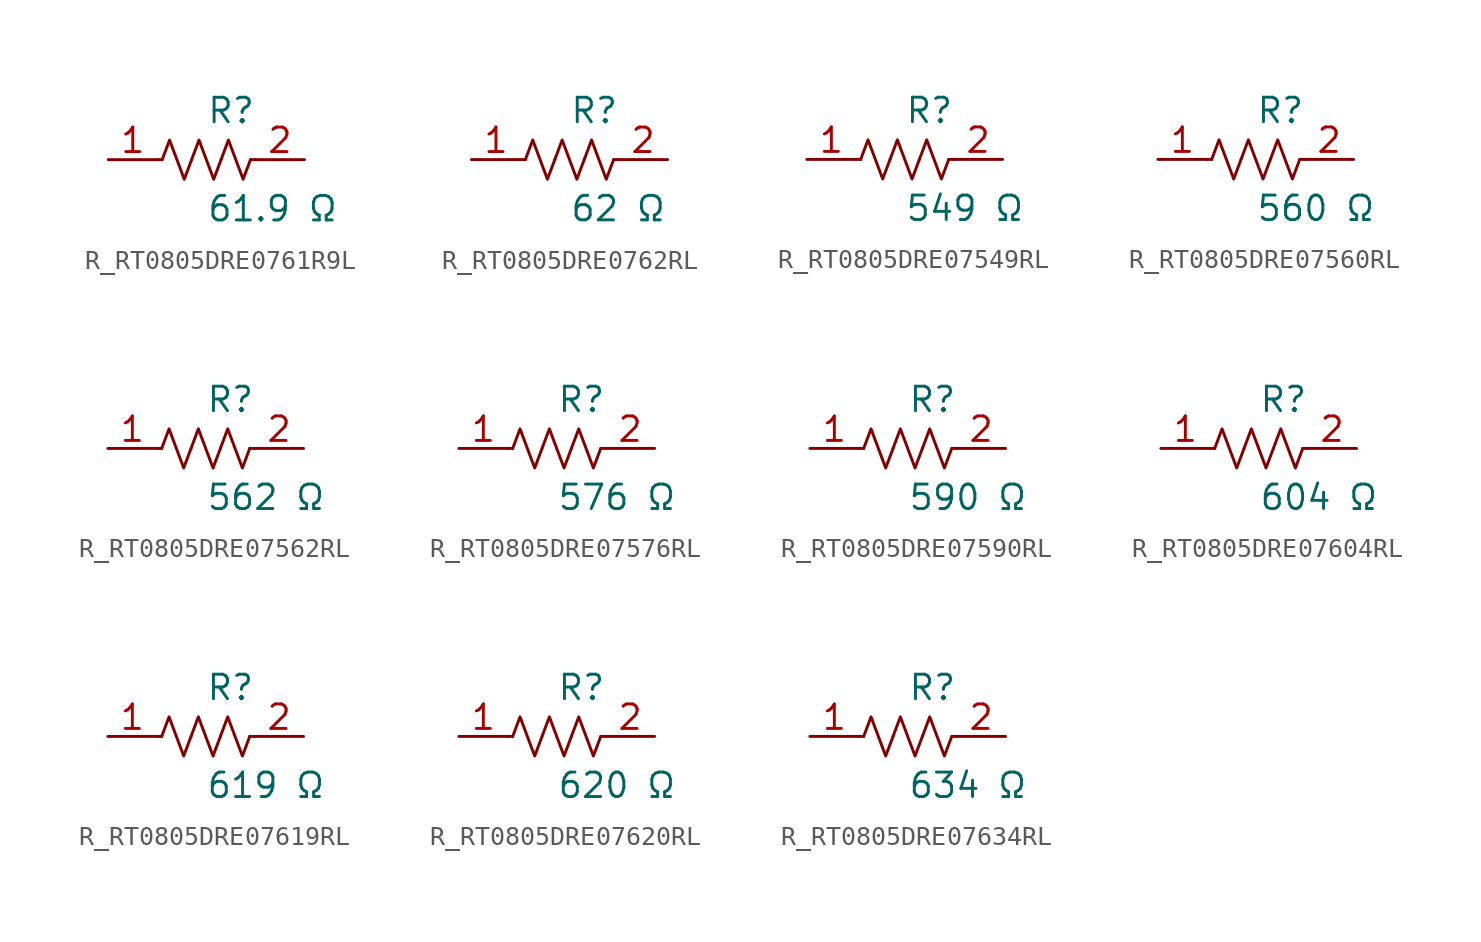
<source format=kicad_sym>
(kicad_symbol_lib
  (version 20231120)
  (generator kicad_symbol_editor)
  (generator_version 8.0)
  (symbol "R_RT0805DRE0761R9L"
    (pin_names
      (offset 0.254))
    (property "Reference" "R"
      (at 0.0 2.54 0)
      (effects (font (size 1.27 1.27)) (justify left)))
    (property "Value" "61.9 Ω"
      (at 0.0 -2.54 0)
      (effects (font (size 1.27 1.27)) (justify left)))
    (symbol "R_RT0805DRE0761R9L_0_1"
      (polyline (pts (xy 2.286 0) (xy 2.54 0)) (stroke (width 0) (type default)) (fill (type none)))
      (polyline (pts (xy -2.286 0) (xy -2.54 0)) (stroke (width 0) (type default)) (fill (type none)))
      (polyline (pts (xy 0.762 0) (xy 1.143 1.016) (xy 1.524 0) (xy 1.905 -1.016) (xy 2.286 0)) (stroke (width 0) (type default)) (fill (type none)))
      (polyline (pts (xy -0.762 0) (xy -0.381 1.016) (xy 0 0) (xy 0.381 -1.016) (xy 0.762 0)) (stroke (width 0) (type default)) (fill (type none)))
      (polyline (pts (xy -2.286 0) (xy -1.905 1.016) (xy -1.524 0) (xy -1.143 -1.016) (xy -0.762 0)) (stroke (width 0) (type default)) (fill (type none))))
    (pin unspecified line
      (at -5.08 0 0)
      (length 2.54)
      (name "" (effects (font (size 1.27 1.27))))
      (number "1" (effects (font (size 1.27 1.27)))))
    (pin unspecified line
      (at 5.08 0 180)
      (length 2.54)
      (name "" (effects (font (size 1.27 1.27))))
      (number "2" (effects (font (size 1.27 1.27))))))
  (symbol "R_RT0805DRE0762RL"
    (pin_names
      (offset 0.254))
    (property "Reference" "R"
      (at 0.0 2.54 0)
      (effects (font (size 1.27 1.27)) (justify left)))
    (property "Value" "62 Ω"
      (at 0.0 -2.54 0)
      (effects (font (size 1.27 1.27)) (justify left)))
    (symbol "R_RT0805DRE0762RL_0_1"
      (polyline (pts (xy 2.286 0) (xy 2.54 0)) (stroke (width 0) (type default)) (fill (type none)))
      (polyline (pts (xy -2.286 0) (xy -2.54 0)) (stroke (width 0) (type default)) (fill (type none)))
      (polyline (pts (xy 0.762 0) (xy 1.143 1.016) (xy 1.524 0) (xy 1.905 -1.016) (xy 2.286 0)) (stroke (width 0) (type default)) (fill (type none)))
      (polyline (pts (xy -0.762 0) (xy -0.381 1.016) (xy 0 0) (xy 0.381 -1.016) (xy 0.762 0)) (stroke (width 0) (type default)) (fill (type none)))
      (polyline (pts (xy -2.286 0) (xy -1.905 1.016) (xy -1.524 0) (xy -1.143 -1.016) (xy -0.762 0)) (stroke (width 0) (type default)) (fill (type none))))
    (pin unspecified line
      (at -5.08 0 0)
      (length 2.54)
      (name "" (effects (font (size 1.27 1.27))))
      (number "1" (effects (font (size 1.27 1.27)))))
    (pin unspecified line
      (at 5.08 0 180)
      (length 2.54)
      (name "" (effects (font (size 1.27 1.27))))
      (number "2" (effects (font (size 1.27 1.27))))))
  (symbol "R_RT0805DRE07549RL"
    (pin_names
      (offset 0.254))
    (property "Reference" "R"
      (at 0.0 2.54 0)
      (effects (font (size 1.27 1.27)) (justify left)))
    (property "Value" "549 Ω"
      (at 0.0 -2.54 0)
      (effects (font (size 1.27 1.27)) (justify left)))
    (symbol "R_RT0805DRE07549RL_0_1"
      (polyline (pts (xy 2.286 0) (xy 2.54 0)) (stroke (width 0) (type default)) (fill (type none)))
      (polyline (pts (xy -2.286 0) (xy -2.54 0)) (stroke (width 0) (type default)) (fill (type none)))
      (polyline (pts (xy 0.762 0) (xy 1.143 1.016) (xy 1.524 0) (xy 1.905 -1.016) (xy 2.286 0)) (stroke (width 0) (type default)) (fill (type none)))
      (polyline (pts (xy -0.762 0) (xy -0.381 1.016) (xy 0 0) (xy 0.381 -1.016) (xy 0.762 0)) (stroke (width 0) (type default)) (fill (type none)))
      (polyline (pts (xy -2.286 0) (xy -1.905 1.016) (xy -1.524 0) (xy -1.143 -1.016) (xy -0.762 0)) (stroke (width 0) (type default)) (fill (type none))))
    (pin unspecified line
      (at -5.08 0 0)
      (length 2.54)
      (name "" (effects (font (size 1.27 1.27))))
      (number "1" (effects (font (size 1.27 1.27)))))
    (pin unspecified line
      (at 5.08 0 180)
      (length 2.54)
      (name "" (effects (font (size 1.27 1.27))))
      (number "2" (effects (font (size 1.27 1.27))))))
  (symbol "R_RT0805DRE07560RL"
    (pin_names
      (offset 0.254))
    (property "Reference" "R"
      (at 0.0 2.54 0)
      (effects (font (size 1.27 1.27)) (justify left)))
    (property "Value" "560 Ω"
      (at 0.0 -2.54 0)
      (effects (font (size 1.27 1.27)) (justify left)))
    (symbol "R_RT0805DRE07560RL_0_1"
      (polyline (pts (xy 2.286 0) (xy 2.54 0)) (stroke (width 0) (type default)) (fill (type none)))
      (polyline (pts (xy -2.286 0) (xy -2.54 0)) (stroke (width 0) (type default)) (fill (type none)))
      (polyline (pts (xy 0.762 0) (xy 1.143 1.016) (xy 1.524 0) (xy 1.905 -1.016) (xy 2.286 0)) (stroke (width 0) (type default)) (fill (type none)))
      (polyline (pts (xy -0.762 0) (xy -0.381 1.016) (xy 0 0) (xy 0.381 -1.016) (xy 0.762 0)) (stroke (width 0) (type default)) (fill (type none)))
      (polyline (pts (xy -2.286 0) (xy -1.905 1.016) (xy -1.524 0) (xy -1.143 -1.016) (xy -0.762 0)) (stroke (width 0) (type default)) (fill (type none))))
    (pin unspecified line
      (at -5.08 0 0)
      (length 2.54)
      (name "" (effects (font (size 1.27 1.27))))
      (number "1" (effects (font (size 1.27 1.27)))))
    (pin unspecified line
      (at 5.08 0 180)
      (length 2.54)
      (name "" (effects (font (size 1.27 1.27))))
      (number "2" (effects (font (size 1.27 1.27))))))
  (symbol "R_RT0805DRE07562RL"
    (pin_names
      (offset 0.254))
    (property "Reference" "R"
      (at 0.0 2.54 0)
      (effects (font (size 1.27 1.27)) (justify left)))
    (property "Value" "562 Ω"
      (at 0.0 -2.54 0)
      (effects (font (size 1.27 1.27)) (justify left)))
    (symbol "R_RT0805DRE07562RL_0_1"
      (polyline (pts (xy 2.286 0) (xy 2.54 0)) (stroke (width 0) (type default)) (fill (type none)))
      (polyline (pts (xy -2.286 0) (xy -2.54 0)) (stroke (width 0) (type default)) (fill (type none)))
      (polyline (pts (xy 0.762 0) (xy 1.143 1.016) (xy 1.524 0) (xy 1.905 -1.016) (xy 2.286 0)) (stroke (width 0) (type default)) (fill (type none)))
      (polyline (pts (xy -0.762 0) (xy -0.381 1.016) (xy 0 0) (xy 0.381 -1.016) (xy 0.762 0)) (stroke (width 0) (type default)) (fill (type none)))
      (polyline (pts (xy -2.286 0) (xy -1.905 1.016) (xy -1.524 0) (xy -1.143 -1.016) (xy -0.762 0)) (stroke (width 0) (type default)) (fill (type none))))
    (pin unspecified line
      (at -5.08 0 0)
      (length 2.54)
      (name "" (effects (font (size 1.27 1.27))))
      (number "1" (effects (font (size 1.27 1.27)))))
    (pin unspecified line
      (at 5.08 0 180)
      (length 2.54)
      (name "" (effects (font (size 1.27 1.27))))
      (number "2" (effects (font (size 1.27 1.27))))))
  (symbol "R_RT0805DRE07576RL"
    (pin_names
      (offset 0.254))
    (property "Reference" "R"
      (at 0.0 2.54 0)
      (effects (font (size 1.27 1.27)) (justify left)))
    (property "Value" "576 Ω"
      (at 0.0 -2.54 0)
      (effects (font (size 1.27 1.27)) (justify left)))
    (symbol "R_RT0805DRE07576RL_0_1"
      (polyline (pts (xy 2.286 0) (xy 2.54 0)) (stroke (width 0) (type default)) (fill (type none)))
      (polyline (pts (xy -2.286 0) (xy -2.54 0)) (stroke (width 0) (type default)) (fill (type none)))
      (polyline (pts (xy 0.762 0) (xy 1.143 1.016) (xy 1.524 0) (xy 1.905 -1.016) (xy 2.286 0)) (stroke (width 0) (type default)) (fill (type none)))
      (polyline (pts (xy -0.762 0) (xy -0.381 1.016) (xy 0 0) (xy 0.381 -1.016) (xy 0.762 0)) (stroke (width 0) (type default)) (fill (type none)))
      (polyline (pts (xy -2.286 0) (xy -1.905 1.016) (xy -1.524 0) (xy -1.143 -1.016) (xy -0.762 0)) (stroke (width 0) (type default)) (fill (type none))))
    (pin unspecified line
      (at -5.08 0 0)
      (length 2.54)
      (name "" (effects (font (size 1.27 1.27))))
      (number "1" (effects (font (size 1.27 1.27)))))
    (pin unspecified line
      (at 5.08 0 180)
      (length 2.54)
      (name "" (effects (font (size 1.27 1.27))))
      (number "2" (effects (font (size 1.27 1.27))))))
  (symbol "R_RT0805DRE07590RL"
    (pin_names
      (offset 0.254))
    (property "Reference" "R"
      (at 0.0 2.54 0)
      (effects (font (size 1.27 1.27)) (justify left)))
    (property "Value" "590 Ω"
      (at 0.0 -2.54 0)
      (effects (font (size 1.27 1.27)) (justify left)))
    (symbol "R_RT0805DRE07590RL_0_1"
      (polyline (pts (xy 2.286 0) (xy 2.54 0)) (stroke (width 0) (type default)) (fill (type none)))
      (polyline (pts (xy -2.286 0) (xy -2.54 0)) (stroke (width 0) (type default)) (fill (type none)))
      (polyline (pts (xy 0.762 0) (xy 1.143 1.016) (xy 1.524 0) (xy 1.905 -1.016) (xy 2.286 0)) (stroke (width 0) (type default)) (fill (type none)))
      (polyline (pts (xy -0.762 0) (xy -0.381 1.016) (xy 0 0) (xy 0.381 -1.016) (xy 0.762 0)) (stroke (width 0) (type default)) (fill (type none)))
      (polyline (pts (xy -2.286 0) (xy -1.905 1.016) (xy -1.524 0) (xy -1.143 -1.016) (xy -0.762 0)) (stroke (width 0) (type default)) (fill (type none))))
    (pin unspecified line
      (at -5.08 0 0)
      (length 2.54)
      (name "" (effects (font (size 1.27 1.27))))
      (number "1" (effects (font (size 1.27 1.27)))))
    (pin unspecified line
      (at 5.08 0 180)
      (length 2.54)
      (name "" (effects (font (size 1.27 1.27))))
      (number "2" (effects (font (size 1.27 1.27))))))
  (symbol "R_RT0805DRE07604RL"
    (pin_names
      (offset 0.254))
    (property "Reference" "R"
      (at 0.0 2.54 0)
      (effects (font (size 1.27 1.27)) (justify left)))
    (property "Value" "604 Ω"
      (at 0.0 -2.54 0)
      (effects (font (size 1.27 1.27)) (justify left)))
    (symbol "R_RT0805DRE07604RL_0_1"
      (polyline (pts (xy 2.286 0) (xy 2.54 0)) (stroke (width 0) (type default)) (fill (type none)))
      (polyline (pts (xy -2.286 0) (xy -2.54 0)) (stroke (width 0) (type default)) (fill (type none)))
      (polyline (pts (xy 0.762 0) (xy 1.143 1.016) (xy 1.524 0) (xy 1.905 -1.016) (xy 2.286 0)) (stroke (width 0) (type default)) (fill (type none)))
      (polyline (pts (xy -0.762 0) (xy -0.381 1.016) (xy 0 0) (xy 0.381 -1.016) (xy 0.762 0)) (stroke (width 0) (type default)) (fill (type none)))
      (polyline (pts (xy -2.286 0) (xy -1.905 1.016) (xy -1.524 0) (xy -1.143 -1.016) (xy -0.762 0)) (stroke (width 0) (type default)) (fill (type none))))
    (pin unspecified line
      (at -5.08 0 0)
      (length 2.54)
      (name "" (effects (font (size 1.27 1.27))))
      (number "1" (effects (font (size 1.27 1.27)))))
    (pin unspecified line
      (at 5.08 0 180)
      (length 2.54)
      (name "" (effects (font (size 1.27 1.27))))
      (number "2" (effects (font (size 1.27 1.27))))))
  (symbol "R_RT0805DRE07619RL"
    (pin_names
      (offset 0.254))
    (property "Reference" "R"
      (at 0.0 2.54 0)
      (effects (font (size 1.27 1.27)) (justify left)))
    (property "Value" "619 Ω"
      (at 0.0 -2.54 0)
      (effects (font (size 1.27 1.27)) (justify left)))
    (symbol "R_RT0805DRE07619RL_0_1"
      (polyline (pts (xy 2.286 0) (xy 2.54 0)) (stroke (width 0) (type default)) (fill (type none)))
      (polyline (pts (xy -2.286 0) (xy -2.54 0)) (stroke (width 0) (type default)) (fill (type none)))
      (polyline (pts (xy 0.762 0) (xy 1.143 1.016) (xy 1.524 0) (xy 1.905 -1.016) (xy 2.286 0)) (stroke (width 0) (type default)) (fill (type none)))
      (polyline (pts (xy -0.762 0) (xy -0.381 1.016) (xy 0 0) (xy 0.381 -1.016) (xy 0.762 0)) (stroke (width 0) (type default)) (fill (type none)))
      (polyline (pts (xy -2.286 0) (xy -1.905 1.016) (xy -1.524 0) (xy -1.143 -1.016) (xy -0.762 0)) (stroke (width 0) (type default)) (fill (type none))))
    (pin unspecified line
      (at -5.08 0 0)
      (length 2.54)
      (name "" (effects (font (size 1.27 1.27))))
      (number "1" (effects (font (size 1.27 1.27)))))
    (pin unspecified line
      (at 5.08 0 180)
      (length 2.54)
      (name "" (effects (font (size 1.27 1.27))))
      (number "2" (effects (font (size 1.27 1.27))))))
  (symbol "R_RT0805DRE07620RL"
    (pin_names
      (offset 0.254))
    (property "Reference" "R"
      (at 0.0 2.54 0)
      (effects (font (size 1.27 1.27)) (justify left)))
    (property "Value" "620 Ω"
      (at 0.0 -2.54 0)
      (effects (font (size 1.27 1.27)) (justify left)))
    (symbol "R_RT0805DRE07620RL_0_1"
      (polyline (pts (xy 2.286 0) (xy 2.54 0)) (stroke (width 0) (type default)) (fill (type none)))
      (polyline (pts (xy -2.286 0) (xy -2.54 0)) (stroke (width 0) (type default)) (fill (type none)))
      (polyline (pts (xy 0.762 0) (xy 1.143 1.016) (xy 1.524 0) (xy 1.905 -1.016) (xy 2.286 0)) (stroke (width 0) (type default)) (fill (type none)))
      (polyline (pts (xy -0.762 0) (xy -0.381 1.016) (xy 0 0) (xy 0.381 -1.016) (xy 0.762 0)) (stroke (width 0) (type default)) (fill (type none)))
      (polyline (pts (xy -2.286 0) (xy -1.905 1.016) (xy -1.524 0) (xy -1.143 -1.016) (xy -0.762 0)) (stroke (width 0) (type default)) (fill (type none))))
    (pin unspecified line
      (at -5.08 0 0)
      (length 2.54)
      (name "" (effects (font (size 1.27 1.27))))
      (number "1" (effects (font (size 1.27 1.27)))))
    (pin unspecified line
      (at 5.08 0 180)
      (length 2.54)
      (name "" (effects (font (size 1.27 1.27))))
      (number "2" (effects (font (size 1.27 1.27))))))
  (symbol "R_RT0805DRE07634RL"
    (pin_names
      (offset 0.254))
    (property "Reference" "R"
      (at 0.0 2.54 0)
      (effects (font (size 1.27 1.27)) (justify left)))
    (property "Value" "634 Ω"
      (at 0.0 -2.54 0)
      (effects (font (size 1.27 1.27)) (justify left)))
    (symbol "R_RT0805DRE07634RL_0_1"
      (polyline (pts (xy 2.286 0) (xy 2.54 0)) (stroke (width 0) (type default)) (fill (type none)))
      (polyline (pts (xy -2.286 0) (xy -2.54 0)) (stroke (width 0) (type default)) (fill (type none)))
      (polyline (pts (xy 0.762 0) (xy 1.143 1.016) (xy 1.524 0) (xy 1.905 -1.016) (xy 2.286 0)) (stroke (width 0) (type default)) (fill (type none)))
      (polyline (pts (xy -0.762 0) (xy -0.381 1.016) (xy 0 0) (xy 0.381 -1.016) (xy 0.762 0)) (stroke (width 0) (type default)) (fill (type none)))
      (polyline (pts (xy -2.286 0) (xy -1.905 1.016) (xy -1.524 0) (xy -1.143 -1.016) (xy -0.762 0)) (stroke (width 0) (type default)) (fill (type none))))
    (pin unspecified line
      (at -5.08 0 0)
      (length 2.54)
      (name "" (effects (font (size 1.27 1.27))))
      (number "1" (effects (font (size 1.27 1.27)))))
    (pin unspecified line
      (at 5.08 0 180)
      (length 2.54)
      (name "" (effects (font (size 1.27 1.27))))
      (number "2" (effects (font (size 1.27 1.27)))))))
</source>
